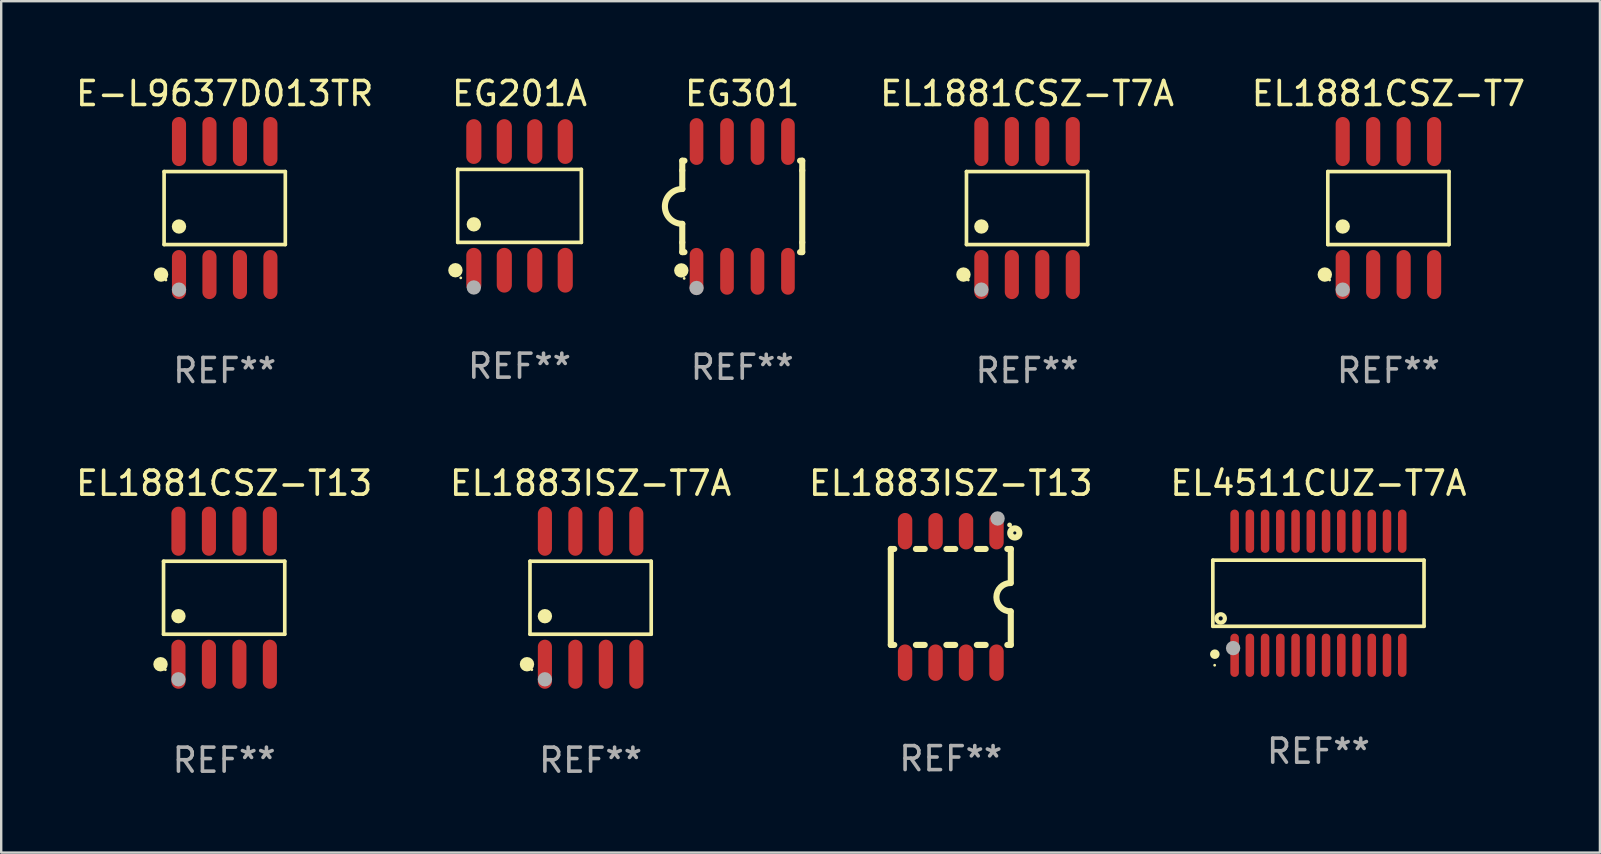
<source format=kicad_pcb>
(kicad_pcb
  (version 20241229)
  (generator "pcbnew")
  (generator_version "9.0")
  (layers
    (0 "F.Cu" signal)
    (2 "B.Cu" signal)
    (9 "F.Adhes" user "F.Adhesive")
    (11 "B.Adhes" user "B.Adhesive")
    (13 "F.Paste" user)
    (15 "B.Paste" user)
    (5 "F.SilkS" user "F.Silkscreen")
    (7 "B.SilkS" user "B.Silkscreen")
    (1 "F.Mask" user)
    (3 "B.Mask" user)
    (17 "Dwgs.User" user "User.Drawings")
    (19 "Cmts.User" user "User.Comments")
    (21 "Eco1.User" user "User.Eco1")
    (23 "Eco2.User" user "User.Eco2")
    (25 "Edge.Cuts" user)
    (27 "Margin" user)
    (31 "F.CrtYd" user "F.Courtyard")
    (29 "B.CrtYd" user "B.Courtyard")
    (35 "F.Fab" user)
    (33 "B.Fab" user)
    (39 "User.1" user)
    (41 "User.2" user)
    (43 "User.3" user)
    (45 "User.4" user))
  (footprint "EG201A"
    (layer "F.Cu")
    (at 18.603 5.531)
    (property "Reference" "EG201A" (at 0 -4.682 0) (layer "F.SilkS") (effects (font (size 1 1) (thickness 0.15))))
    (attr through_hole)
    (fp_line (start -2.576 -1.521) (end 2.576 -1.521) (stroke (width 0.152) (type solid)) (layer "F.SilkS"))
    (fp_line (start -2.576 1.521) (end -2.576 -1.521) (stroke (width 0.152) (type solid)) (layer "F.SilkS"))
    (fp_line (start 2.576 -1.521) (end 2.576 1.521) (stroke (width 0.152) (type solid)) (layer "F.SilkS"))
    (fp_line (start 2.576 1.521) (end -2.576 1.521) (stroke (width 0.152) (type solid)) (layer "F.SilkS"))
    (fp_circle (center -2.672 2.682) (end -2.522 2.682) (stroke (width 0.3) (type solid)) (fill no) (layer "F.SilkS"))
    (fp_circle (center -2.45 3) (end -2.42 3) (stroke (width 0.06) (type solid)) (fill no) (layer "F.SilkS"))
    (fp_circle (center -1.905 0.769) (end -1.755 0.769) (stroke (width 0.3) (type solid)) (fill no) (layer "F.SilkS"))
    (fp_circle (center -1.905 3.4) (end -1.755 3.4) (stroke (width 0.3) (type solid)) (fill no) (layer "F.Fab"))
    (fp_text user "REF**" (at 0 6.682 0) (layer "F.Fab") (effects (font (size 1 1) (thickness 0.15))))
    (pad "1" smd oval (at -1.905 2.682) (size 0.63 1.865) (layers "F.Cu" "F.Mask" "F.Paste"))
    (pad "2" smd oval (at -0.635 2.682) (size 0.63 1.865) (layers "F.Cu" "F.Mask" "F.Paste"))
    (pad "3" smd oval (at 0.635 2.682) (size 0.63 1.865) (layers "F.Cu" "F.Mask" "F.Paste"))
    (pad "4" smd oval (at 1.905 2.682) (size 0.63 1.865) (layers "F.Cu" "F.Mask" "F.Paste"))
    (pad "5" smd oval (at 1.905 -2.682) (size 0.63 1.865) (layers "F.Cu" "F.Mask" "F.Paste"))
    (pad "6" smd oval (at 0.635 -2.682) (size 0.63 1.865) (layers "F.Cu" "F.Mask" "F.Paste"))
    (pad "7" smd oval (at -0.635 -2.682) (size 0.63 1.865) (layers "F.Cu" "F.Mask" "F.Paste"))
    (pad "8" smd oval (at -1.905 -2.682) (size 0.63 1.865) (layers "F.Cu" "F.Mask" "F.Paste")))
  (footprint "EL4511CUZ-T7A"
    (layer "F.Cu")
    (at 51.899 21.675)
    (property "Reference" "EL4511CUZ-T7A" (at 0 -4.585 0) (layer "F.SilkS") (effects (font (size 1 1) (thickness 0.15))))
    (attr through_hole)
    (fp_line (start -4.401 -1.378) (end 4.401 -1.378) (stroke (width 0.152) (type solid)) (layer "F.SilkS"))
    (fp_line (start -4.401 1.378) (end -4.401 -1.378) (stroke (width 0.152) (type solid)) (layer "F.SilkS"))
    (fp_line (start 4.401 -1.378) (end 4.401 1.378) (stroke (width 0.152) (type solid)) (layer "F.SilkS"))
    (fp_line (start 4.401 1.378) (end -4.401 1.378) (stroke (width 0.152) (type solid)) (layer "F.SilkS"))
    (fp_circle (center -4.325 3) (end -4.295 3) (stroke (width 0.06) (type solid)) (fill no) (layer "F.SilkS"))
    (fp_circle (center -4.318 2.54) (end -4.218 2.54) (stroke (width 0.2) (type solid)) (fill no) (layer "F.SilkS"))
    (fp_circle (center -4.074 1.05) (end -3.987 1.05) (stroke (width 0.175) (type solid)) (fill no) (layer "F.SilkS"))
    (fp_circle (center -3.556 2.286) (end -3.406 2.286) (stroke (width 0.3) (type solid)) (fill no) (layer "F.Fab"))
    (fp_text user "REF**" (at 0 6.585 0) (layer "F.Fab") (effects (font (size 1 1) (thickness 0.15))))
    (pad "1" smd oval (at -3.493 2.585) (size 0.356 1.805) (layers "F.Cu" "F.Mask" "F.Paste"))
    (pad "2" smd oval (at -2.858 2.585) (size 0.356 1.805) (layers "F.Cu" "F.Mask" "F.Paste"))
    (pad "3" smd oval (at -2.223 2.585) (size 0.356 1.805) (layers "F.Cu" "F.Mask" "F.Paste"))
    (pad "4" smd oval (at -1.588 2.585) (size 0.356 1.805) (layers "F.Cu" "F.Mask" "F.Paste"))
    (pad "5" smd oval (at -0.953 2.585) (size 0.356 1.805) (layers "F.Cu" "F.Mask" "F.Paste"))
    (pad "6" smd oval (at -0.318 2.585) (size 0.356 1.805) (layers "F.Cu" "F.Mask" "F.Paste"))
    (pad "7" smd oval (at 0.318 2.585) (size 0.356 1.805) (layers "F.Cu" "F.Mask" "F.Paste"))
    (pad "8" smd oval (at 0.953 2.585) (size 0.356 1.805) (layers "F.Cu" "F.Mask" "F.Paste"))
    (pad "9" smd oval (at 1.588 2.585) (size 0.356 1.805) (layers "F.Cu" "F.Mask" "F.Paste"))
    (pad "10" smd oval (at 2.223 2.585) (size 0.356 1.805) (layers "F.Cu" "F.Mask" "F.Paste"))
    (pad "11" smd oval (at 2.858 2.585) (size 0.356 1.805) (layers "F.Cu" "F.Mask" "F.Paste"))
    (pad "12" smd oval (at 3.493 2.585) (size 0.356 1.805) (layers "F.Cu" "F.Mask" "F.Paste"))
    (pad "13" smd oval (at 3.493 -2.585) (size 0.356 1.805) (layers "F.Cu" "F.Mask" "F.Paste"))
    (pad "14" smd oval (at 2.858 -2.585) (size 0.356 1.805) (layers "F.Cu" "F.Mask" "F.Paste"))
    (pad "15" smd oval (at 2.223 -2.585) (size 0.356 1.805) (layers "F.Cu" "F.Mask" "F.Paste"))
    (pad "16" smd oval (at 1.588 -2.585) (size 0.356 1.805) (layers "F.Cu" "F.Mask" "F.Paste"))
    (pad "17" smd oval (at 0.953 -2.585) (size 0.356 1.805) (layers "F.Cu" "F.Mask" "F.Paste"))
    (pad "18" smd oval (at 0.318 -2.585) (size 0.356 1.805) (layers "F.Cu" "F.Mask" "F.Paste"))
    (pad "19" smd oval (at -0.318 -2.585) (size 0.356 1.805) (layers "F.Cu" "F.Mask" "F.Paste"))
    (pad "20" smd oval (at -0.953 -2.585) (size 0.356 1.805) (layers "F.Cu" "F.Mask" "F.Paste"))
    (pad "21" smd oval (at -1.588 -2.585) (size 0.356 1.805) (layers "F.Cu" "F.Mask" "F.Paste"))
    (pad "22" smd oval (at -2.223 -2.585) (size 0.356 1.805) (layers "F.Cu" "F.Mask" "F.Paste"))
    (pad "23" smd oval (at -2.858 -2.585) (size 0.356 1.805) (layers "F.Cu" "F.Mask" "F.Paste"))
    (pad "24" smd oval (at -3.493 -2.585) (size 0.356 1.805) (layers "F.Cu" "F.Mask" "F.Paste")))
  (footprint "EL1881CSZ-T7"
    (layer "F.Cu")
    (at 54.816 5.621)
    (property "Reference" "EL1881CSZ-T7" (at 0 -4.772 0) (layer "F.SilkS") (effects (font (size 1 1) (thickness 0.15))))
    (attr through_hole)
    (fp_line (start -2.526 -1.521) (end 2.526 -1.521) (stroke (width 0.152) (type solid)) (layer "F.SilkS"))
    (fp_line (start -2.526 1.521) (end -2.526 -1.521) (stroke (width 0.152) (type solid)) (layer "F.SilkS"))
    (fp_line (start 2.526 -1.521) (end 2.526 1.521) (stroke (width 0.152) (type solid)) (layer "F.SilkS"))
    (fp_line (start 2.526 1.521) (end -2.526 1.521) (stroke (width 0.152) (type solid)) (layer "F.SilkS"))
    (fp_circle (center -2.652 2.772) (end -2.501 2.772) (stroke (width 0.3) (type solid)) (fill no) (layer "F.SilkS"))
    (fp_circle (center -2.45 3) (end -2.42 3) (stroke (width 0.06) (type solid)) (fill no) (layer "F.SilkS"))
    (fp_circle (center -1.905 0.769) (end -1.755 0.769) (stroke (width 0.3) (type solid)) (fill no) (layer "F.SilkS"))
    (fp_circle (center -1.905 3.4) (end -1.755 3.4) (stroke (width 0.3) (type solid)) (fill no) (layer "F.Fab"))
    (fp_text user "REF**" (at 0 6.772 0) (layer "F.Fab") (effects (font (size 1 1) (thickness 0.15))))
    (pad "1" smd oval (at -1.905 2.772) (size 0.588 2.045) (layers "F.Cu" "F.Mask" "F.Paste"))
    (pad "2" smd oval (at -0.635 2.772) (size 0.588 2.045) (layers "F.Cu" "F.Mask" "F.Paste"))
    (pad "3" smd oval (at 0.635 2.772) (size 0.588 2.045) (layers "F.Cu" "F.Mask" "F.Paste"))
    (pad "4" smd oval (at 1.905 2.772) (size 0.588 2.045) (layers "F.Cu" "F.Mask" "F.Paste"))
    (pad "5" smd oval (at 1.905 -2.772) (size 0.588 2.045) (layers "F.Cu" "F.Mask" "F.Paste"))
    (pad "6" smd oval (at 0.635 -2.772) (size 0.588 2.045) (layers "F.Cu" "F.Mask" "F.Paste"))
    (pad "7" smd oval (at -0.635 -2.772) (size 0.588 2.045) (layers "F.Cu" "F.Mask" "F.Paste"))
    (pad "8" smd oval (at -1.905 -2.772) (size 0.588 2.045) (layers "F.Cu" "F.Mask" "F.Paste")))
  (footprint "EL1883ISZ-T7A"
    (layer "F.Cu")
    (at 21.565 21.862)
    (property "Reference" "EL1883ISZ-T7A" (at 0 -4.772 0) (layer "F.SilkS") (effects (font (size 1 1) (thickness 0.15))))
    (attr through_hole)
    (fp_line (start -2.526 -1.521) (end 2.526 -1.521) (stroke (width 0.152) (type solid)) (layer "F.SilkS"))
    (fp_line (start -2.526 1.521) (end -2.526 -1.521) (stroke (width 0.152) (type solid)) (layer "F.SilkS"))
    (fp_line (start 2.526 -1.521) (end 2.526 1.521) (stroke (width 0.152) (type solid)) (layer "F.SilkS"))
    (fp_line (start 2.526 1.521) (end -2.526 1.521) (stroke (width 0.152) (type solid)) (layer "F.SilkS"))
    (fp_circle (center -2.652 2.772) (end -2.501 2.772) (stroke (width 0.3) (type solid)) (fill no) (layer "F.SilkS"))
    (fp_circle (center -2.45 3) (end -2.42 3) (stroke (width 0.06) (type solid)) (fill no) (layer "F.SilkS"))
    (fp_circle (center -1.905 0.769) (end -1.755 0.769) (stroke (width 0.3) (type solid)) (fill no) (layer "F.SilkS"))
    (fp_circle (center -1.905 3.4) (end -1.755 3.4) (stroke (width 0.3) (type solid)) (fill no) (layer "F.Fab"))
    (fp_text user "REF**" (at 0 6.772 0) (layer "F.Fab") (effects (font (size 1 1) (thickness 0.15))))
    (pad "1" smd oval (at -1.905 2.772) (size 0.588 2.045) (layers "F.Cu" "F.Mask" "F.Paste"))
    (pad "2" smd oval (at -0.635 2.772) (size 0.588 2.045) (layers "F.Cu" "F.Mask" "F.Paste"))
    (pad "3" smd oval (at 0.635 2.772) (size 0.588 2.045) (layers "F.Cu" "F.Mask" "F.Paste"))
    (pad "4" smd oval (at 1.905 2.772) (size 0.588 2.045) (layers "F.Cu" "F.Mask" "F.Paste"))
    (pad "5" smd oval (at 1.905 -2.772) (size 0.588 2.045) (layers "F.Cu" "F.Mask" "F.Paste"))
    (pad "6" smd oval (at 0.635 -2.772) (size 0.588 2.045) (layers "F.Cu" "F.Mask" "F.Paste"))
    (pad "7" smd oval (at -0.635 -2.772) (size 0.588 2.045) (layers "F.Cu" "F.Mask" "F.Paste"))
    (pad "8" smd oval (at -1.905 -2.772) (size 0.588 2.045) (layers "F.Cu" "F.Mask" "F.Paste")))
  (footprint "E-L9637D013TR"
    (layer "F.Cu")
    (at 6.315 5.621)
    (property "Reference" "E-L9637D013TR" (at 0 -4.772 0) (layer "F.SilkS") (effects (font (size 1 1) (thickness 0.15))))
    (attr through_hole)
    (fp_line (start -2.526 -1.521) (end 2.526 -1.521) (stroke (width 0.152) (type solid)) (layer "F.SilkS"))
    (fp_line (start -2.526 1.521) (end -2.526 -1.521) (stroke (width 0.152) (type solid)) (layer "F.SilkS"))
    (fp_line (start 2.526 -1.521) (end 2.526 1.521) (stroke (width 0.152) (type solid)) (layer "F.SilkS"))
    (fp_line (start 2.526 1.521) (end -2.526 1.521) (stroke (width 0.152) (type solid)) (layer "F.SilkS"))
    (fp_circle (center -2.652 2.772) (end -2.501 2.772) (stroke (width 0.3) (type solid)) (fill no) (layer "F.SilkS"))
    (fp_circle (center -2.45 3) (end -2.42 3) (stroke (width 0.06) (type solid)) (fill no) (layer "F.SilkS"))
    (fp_circle (center -1.905 0.769) (end -1.755 0.769) (stroke (width 0.3) (type solid)) (fill no) (layer "F.SilkS"))
    (fp_circle (center -1.905 3.4) (end -1.755 3.4) (stroke (width 0.3) (type solid)) (fill no) (layer "F.Fab"))
    (fp_text user "REF**" (at 0 6.772 0) (layer "F.Fab") (effects (font (size 1 1) (thickness 0.15))))
    (pad "1" smd oval (at -1.905 2.772) (size 0.588 2.045) (layers "F.Cu" "F.Mask" "F.Paste"))
    (pad "2" smd oval (at -0.635 2.772) (size 0.588 2.045) (layers "F.Cu" "F.Mask" "F.Paste"))
    (pad "3" smd oval (at 0.635 2.772) (size 0.588 2.045) (layers "F.Cu" "F.Mask" "F.Paste"))
    (pad "4" smd oval (at 1.905 2.772) (size 0.588 2.045) (layers "F.Cu" "F.Mask" "F.Paste"))
    (pad "5" smd oval (at 1.905 -2.772) (size 0.588 2.045) (layers "F.Cu" "F.Mask" "F.Paste"))
    (pad "6" smd oval (at 0.635 -2.772) (size 0.588 2.045) (layers "F.Cu" "F.Mask" "F.Paste"))
    (pad "7" smd oval (at -0.635 -2.772) (size 0.588 2.045) (layers "F.Cu" "F.Mask" "F.Paste"))
    (pad "8" smd oval (at -1.905 -2.772) (size 0.588 2.045) (layers "F.Cu" "F.Mask" "F.Paste")))
  (footprint "EL1881CSZ-T7A"
    (layer "F.Cu")
    (at 39.756 5.621)
    (property "Reference" "EL1881CSZ-T7A" (at 0 -4.772 0) (layer "F.SilkS") (effects (font (size 1 1) (thickness 0.15))))
    (attr through_hole)
    (fp_line (start -2.526 -1.521) (end 2.526 -1.521) (stroke (width 0.152) (type solid)) (layer "F.SilkS"))
    (fp_line (start -2.526 1.521) (end -2.526 -1.521) (stroke (width 0.152) (type solid)) (layer "F.SilkS"))
    (fp_line (start 2.526 -1.521) (end 2.526 1.521) (stroke (width 0.152) (type solid)) (layer "F.SilkS"))
    (fp_line (start 2.526 1.521) (end -2.526 1.521) (stroke (width 0.152) (type solid)) (layer "F.SilkS"))
    (fp_circle (center -2.652 2.772) (end -2.501 2.772) (stroke (width 0.3) (type solid)) (fill no) (layer "F.SilkS"))
    (fp_circle (center -2.45 3) (end -2.42 3) (stroke (width 0.06) (type solid)) (fill no) (layer "F.SilkS"))
    (fp_circle (center -1.905 0.769) (end -1.755 0.769) (stroke (width 0.3) (type solid)) (fill no) (layer "F.SilkS"))
    (fp_circle (center -1.905 3.4) (end -1.755 3.4) (stroke (width 0.3) (type solid)) (fill no) (layer "F.Fab"))
    (fp_text user "REF**" (at 0 6.772 0) (layer "F.Fab") (effects (font (size 1 1) (thickness 0.15))))
    (pad "1" smd oval (at -1.905 2.772) (size 0.588 2.045) (layers "F.Cu" "F.Mask" "F.Paste"))
    (pad "2" smd oval (at -0.635 2.772) (size 0.588 2.045) (layers "F.Cu" "F.Mask" "F.Paste"))
    (pad "3" smd oval (at 0.635 2.772) (size 0.588 2.045) (layers "F.Cu" "F.Mask" "F.Paste"))
    (pad "4" smd oval (at 1.905 2.772) (size 0.588 2.045) (layers "F.Cu" "F.Mask" "F.Paste"))
    (pad "5" smd oval (at 1.905 -2.772) (size 0.588 2.045) (layers "F.Cu" "F.Mask" "F.Paste"))
    (pad "6" smd oval (at 0.635 -2.772) (size 0.588 2.045) (layers "F.Cu" "F.Mask" "F.Paste"))
    (pad "7" smd oval (at -0.635 -2.772) (size 0.588 2.045) (layers "F.Cu" "F.Mask" "F.Paste"))
    (pad "8" smd oval (at -1.905 -2.772) (size 0.588 2.045) (layers "F.Cu" "F.Mask" "F.Paste")))
  (footprint "EL1881CSZ-T13"
    (layer "F.Cu")
    (at 6.292 21.862)
    (property "Reference" "EL1881CSZ-T13" (at 0 -4.772 0) (layer "F.SilkS") (effects (font (size 1 1) (thickness 0.15))))
    (attr through_hole)
    (fp_line (start -2.526 -1.521) (end 2.526 -1.521) (stroke (width 0.152) (type solid)) (layer "F.SilkS"))
    (fp_line (start -2.526 1.521) (end -2.526 -1.521) (stroke (width 0.152) (type solid)) (layer "F.SilkS"))
    (fp_line (start 2.526 -1.521) (end 2.526 1.521) (stroke (width 0.152) (type solid)) (layer "F.SilkS"))
    (fp_line (start 2.526 1.521) (end -2.526 1.521) (stroke (width 0.152) (type solid)) (layer "F.SilkS"))
    (fp_circle (center -2.652 2.772) (end -2.501 2.772) (stroke (width 0.3) (type solid)) (fill no) (layer "F.SilkS"))
    (fp_circle (center -2.45 3) (end -2.42 3) (stroke (width 0.06) (type solid)) (fill no) (layer "F.SilkS"))
    (fp_circle (center -1.905 0.769) (end -1.755 0.769) (stroke (width 0.3) (type solid)) (fill no) (layer "F.SilkS"))
    (fp_circle (center -1.905 3.4) (end -1.755 3.4) (stroke (width 0.3) (type solid)) (fill no) (layer "F.Fab"))
    (fp_text user "REF**" (at 0 6.772 0) (layer "F.Fab") (effects (font (size 1 1) (thickness 0.15))))
    (pad "1" smd oval (at -1.905 2.772) (size 0.588 2.045) (layers "F.Cu" "F.Mask" "F.Paste"))
    (pad "2" smd oval (at -0.635 2.772) (size 0.588 2.045) (layers "F.Cu" "F.Mask" "F.Paste"))
    (pad "3" smd oval (at 0.635 2.772) (size 0.588 2.045) (layers "F.Cu" "F.Mask" "F.Paste"))
    (pad "4" smd oval (at 1.905 2.772) (size 0.588 2.045) (layers "F.Cu" "F.Mask" "F.Paste"))
    (pad "5" smd oval (at 1.905 -2.772) (size 0.588 2.045) (layers "F.Cu" "F.Mask" "F.Paste"))
    (pad "6" smd oval (at 0.635 -2.772) (size 0.588 2.045) (layers "F.Cu" "F.Mask" "F.Paste"))
    (pad "7" smd oval (at -0.635 -2.772) (size 0.588 2.045) (layers "F.Cu" "F.Mask" "F.Paste"))
    (pad "8" smd oval (at -1.905 -2.772) (size 0.588 2.045) (layers "F.Cu" "F.Mask" "F.Paste")))
  (footprint "EL1883ISZ-T13"
    (layer "F.Cu")
    (at 36.577 21.829)
    (property "Reference" "EL1883ISZ-T13" (at 0 -4.74 0) (layer "F.SilkS") (effects (font (size 1 1) (thickness 0.15))))
    (attr through_hole)
    (fp_line (start -2.5 2) (end -2.5 -2) (stroke (width 0.254) (type solid)) (layer "F.SilkS"))
    (fp_line (start -2.356 -2) (end -2.5 -2) (stroke (width 0.254) (type solid)) (layer "F.SilkS"))
    (fp_line (start -2.356 2) (end -2.5 2) (stroke (width 0.254) (type solid)) (layer "F.SilkS"))
    (fp_line (start -1.086 -2) (end -1.454 -2) (stroke (width 0.254) (type solid)) (layer "F.SilkS"))
    (fp_line (start -1.086 2) (end -1.454 2) (stroke (width 0.254) (type solid)) (layer "F.SilkS"))
    (fp_line (start 0.184 -2) (end -0.184 -2) (stroke (width 0.254) (type solid)) (layer "F.SilkS"))
    (fp_line (start 0.184 2) (end -0.184 2) (stroke (width 0.254) (type solid)) (layer "F.SilkS"))
    (fp_line (start 1.454 -2) (end 1.086 -2) (stroke (width 0.254) (type solid)) (layer "F.SilkS"))
    (fp_line (start 1.454 2) (end 1.086 2) (stroke (width 0.254) (type solid)) (layer "F.SilkS"))
    (fp_line (start 2.5 -2) (end 2.356 -2) (stroke (width 0.254) (type solid)) (layer "F.SilkS"))
    (fp_line (start 2.5 -0.58) (end 2.5 -2) (stroke (width 0.254) (type solid)) (layer "F.SilkS"))
    (fp_line (start 2.5 2) (end 2.356 2) (stroke (width 0.254) (type solid)) (layer "F.SilkS"))
    (fp_line (start 2.5 2) (end 2.5 0.6) (stroke (width 0.254) (type solid)) (layer "F.SilkS"))
    (fp_arc (start 2.489992 0.600051) (mid 1.901674 0.010046) (end 2.489992 -0.579959) (stroke (width 0.254001) (type solid)) (layer "F.SilkS"))
    (fp_circle (center 2.45 -3) (end 2.5 -3) (stroke (width 0.1) (type solid)) (fill no) (layer "F.SilkS"))
    (fp_circle (center 2.667 -2.667) (end 2.858 -2.667) (stroke (width 0.254) (type solid)) (fill no) (layer "F.SilkS"))
    (fp_circle (center 1.95 -3.27) (end 2.1 -3.27) (stroke (width 0.3) (type solid)) (fill no) (layer "F.Fab"))
    (fp_text user "REF**" (at 0 6.74 0) (layer "F.Fab") (effects (font (size 1 1) (thickness 0.15))))
    (pad "1" smd oval (at 1.905 -2.74) (size 0.6 1.52) (layers "F.Cu" "F.Mask" "F.Paste"))
    (pad "2" smd oval (at 0.635 -2.74) (size 0.6 1.52) (layers "F.Cu" "F.Mask" "F.Paste"))
    (pad "3" smd oval (at -0.635 -2.74) (size 0.6 1.52) (layers "F.Cu" "F.Mask" "F.Paste"))
    (pad "4" smd oval (at -1.905 -2.74) (size 0.6 1.52) (layers "F.Cu" "F.Mask" "F.Paste"))
    (pad "5" smd oval (at -1.905 2.74) (size 0.6 1.52) (layers "F.Cu" "F.Mask" "F.Paste"))
    (pad "6" smd oval (at -0.635 2.74) (size 0.6 1.52) (layers "F.Cu" "F.Mask" "F.Paste"))
    (pad "7" smd oval (at 0.635 2.74) (size 0.6 1.52) (layers "F.Cu" "F.Mask" "F.Paste"))
    (pad "8" smd oval (at 1.905 2.74) (size 0.6 1.52) (layers "F.Cu" "F.Mask" "F.Paste")))
  (footprint "EG301"
    (layer "F.Cu")
    (at 27.885 5.553)
    (property "Reference" "EG301" (at 0 -4.705 0) (layer "F.SilkS") (effects (font (size 1 1) (thickness 0.15))))
    (attr through_hole)
    (fp_line (start -2.5 -1.905) (end -2.409 -1.905) (stroke (width 0.254) (type solid)) (layer "F.SilkS"))
    (fp_line (start -2.5 -1.5) (end -2.5 -1.905) (stroke (width 0.254) (type solid)) (layer "F.SilkS"))
    (fp_line (start -2.5 -1.5) (end -2.5 -0.726) (stroke (width 0.254) (type solid)) (layer "F.SilkS"))
    (fp_line (start -2.5 1.5) (end -2.5 0.727) (stroke (width 0.254) (type solid)) (layer "F.SilkS"))
    (fp_line (start -2.5 1.5) (end -2.5 1.905) (stroke (width 0.254) (type solid)) (layer "F.SilkS"))
    (fp_line (start -2.5 1.905) (end -2.409 1.905) (stroke (width 0.254) (type solid)) (layer "F.SilkS"))
    (fp_line (start 2.5 -1.905) (end 2.409 -1.905) (stroke (width 0.254) (type solid)) (layer "F.SilkS"))
    (fp_line (start 2.5 -1.5) (end 2.5 -1.905) (stroke (width 0.254) (type solid)) (layer "F.SilkS"))
    (fp_line (start 2.5 -1.5) (end 2.5 1.5) (stroke (width 0.254) (type solid)) (layer "F.SilkS"))
    (fp_line (start 2.5 1.5) (end 2.5 1.905) (stroke (width 0.254) (type solid)) (layer "F.SilkS"))
    (fp_line (start 2.5 1.905) (end 2.409 1.905) (stroke (width 0.254) (type solid)) (layer "F.SilkS"))
    (fp_arc (start -2.5 0.726568) (mid -3.220316 -0.0023) (end -2.495097 -0.726289) (stroke (width 0.254001) (type solid)) (layer "F.SilkS"))
    (fp_circle (center -2.54 2.667) (end -2.39 2.667) (stroke (width 0.3) (type solid)) (fill no) (layer "F.SilkS"))
    (fp_circle (center -2.42 3) (end -2.39 3) (stroke (width 0.06) (type solid)) (fill no) (layer "F.SilkS"))
    (fp_circle (center -1.905 3.4) (end -1.755 3.4) (stroke (width 0.3) (type solid)) (fill no) (layer "F.Fab"))
    (fp_text user "REF**" (at 0 6.705 0) (layer "F.Fab") (effects (font (size 1 1) (thickness 0.15))))
    (pad "1" smd oval (at -1.905 2.705) (size 0.568 1.95) (layers "F.Cu" "F.Mask" "F.Paste"))
    (pad "2" smd oval (at -0.635 2.705) (size 0.568 1.95) (layers "F.Cu" "F.Mask" "F.Paste"))
    (pad "3" smd oval (at 0.635 2.705) (size 0.568 1.95) (layers "F.Cu" "F.Mask" "F.Paste"))
    (pad "4" smd oval (at 1.905 2.705) (size 0.568 1.95) (layers "F.Cu" "F.Mask" "F.Paste"))
    (pad "5" smd oval (at 1.905 -2.705) (size 0.568 1.95) (layers "F.Cu" "F.Mask" "F.Paste"))
    (pad "6" smd oval (at 0.635 -2.705) (size 0.568 1.95) (layers "F.Cu" "F.Mask" "F.Paste"))
    (pad "7" smd oval (at -0.635 -2.705) (size 0.568 1.95) (layers "F.Cu" "F.Mask" "F.Paste"))
    (pad "8" smd oval (at -1.905 -2.705) (size 0.568 1.95) (layers "F.Cu" "F.Mask" "F.Paste")))
  (gr_rect
    (start -3 -3)
    (end 63.631 32.483)
    (stroke (width 0.1) (type default))
    (fill no)
    (layer "Edge.Cuts")))
</source>
